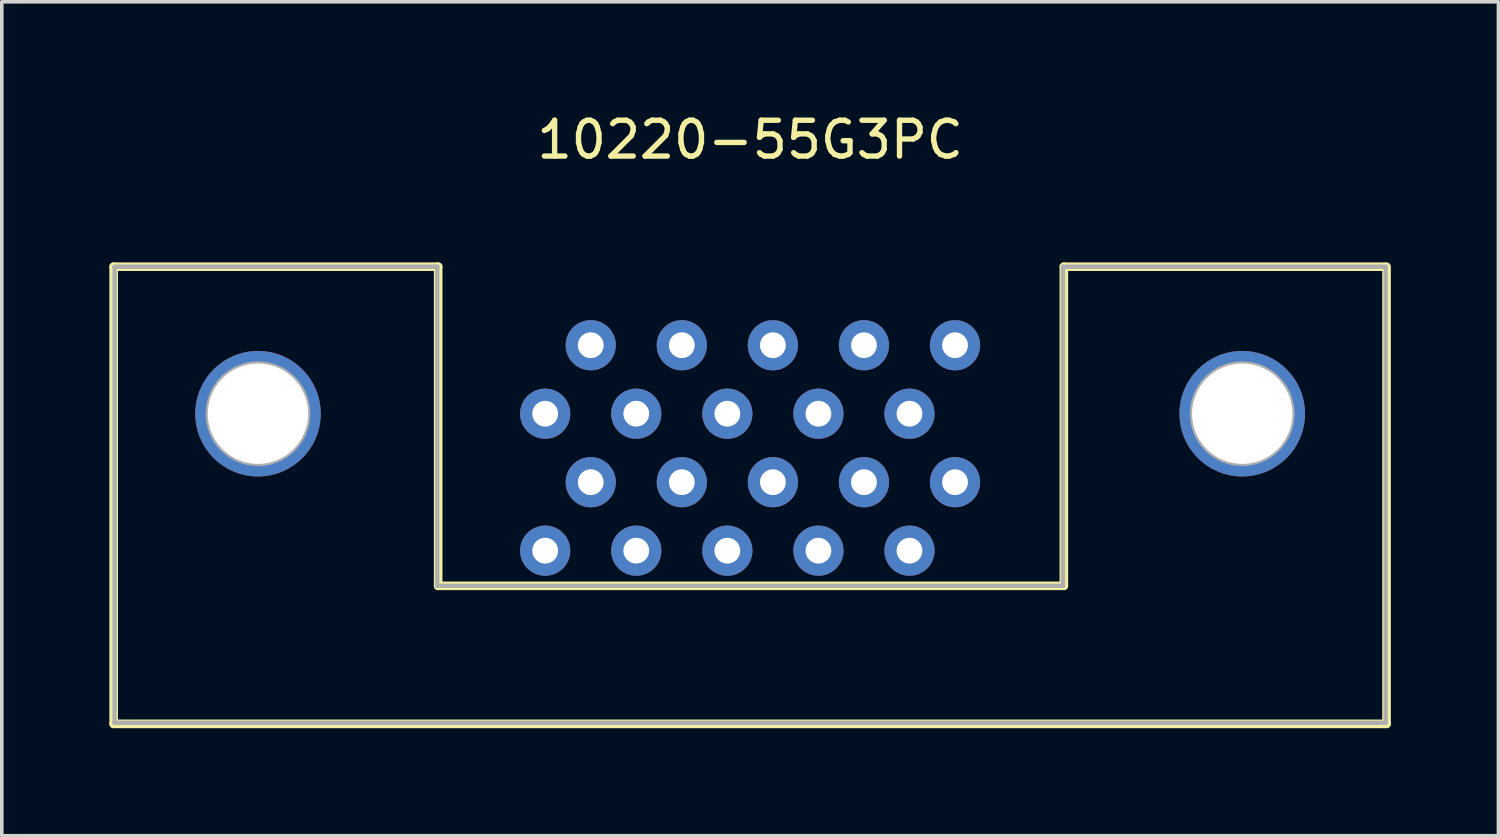
<source format=kicad_pcb>
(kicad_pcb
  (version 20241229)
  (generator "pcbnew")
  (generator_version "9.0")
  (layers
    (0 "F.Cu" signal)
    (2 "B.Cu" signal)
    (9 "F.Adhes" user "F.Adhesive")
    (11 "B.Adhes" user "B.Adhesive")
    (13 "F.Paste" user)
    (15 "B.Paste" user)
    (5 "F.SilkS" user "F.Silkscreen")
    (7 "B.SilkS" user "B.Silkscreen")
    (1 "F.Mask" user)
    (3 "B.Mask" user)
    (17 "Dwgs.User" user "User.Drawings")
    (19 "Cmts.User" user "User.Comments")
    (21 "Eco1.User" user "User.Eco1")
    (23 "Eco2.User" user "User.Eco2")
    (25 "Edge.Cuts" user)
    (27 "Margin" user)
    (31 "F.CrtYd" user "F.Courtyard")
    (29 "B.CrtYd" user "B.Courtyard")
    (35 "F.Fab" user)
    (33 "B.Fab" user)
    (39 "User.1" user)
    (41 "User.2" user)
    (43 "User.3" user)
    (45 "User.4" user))
  (footprint "10220-55G3PC"
    (layer "F.Cu")
    (at 17.87 8.488)
    (property "Reference" "10220-55G3PC" (at 0 -7.64 0) (layer "F.SilkS") (effects (font (size 1 1) (thickness 0.15))))
    (attr through_hole)
    (fp_line (start -17.75 -4.1) (end -8.7 -4.1) (stroke (width 0.24) (type solid)) (layer "F.SilkS"))
    (fp_line (start -17.75 8.65) (end -17.75 -4.1) (stroke (width 0.24) (type solid)) (layer "F.SilkS"))
    (fp_line (start -8.7 -4.1) (end -8.7 4.8) (stroke (width 0.24) (type solid)) (layer "F.SilkS"))
    (fp_line (start -8.7 4.8) (end 8.75 4.8) (stroke (width 0.24) (type solid)) (layer "F.SilkS"))
    (fp_line (start 8.75 -4.1) (end 17.7 -4.1) (stroke (width 0.24) (type solid)) (layer "F.SilkS"))
    (fp_line (start 8.75 4.8) (end 8.75 -4.1) (stroke (width 0.24) (type solid)) (layer "F.SilkS"))
    (fp_line (start 17.7 -4.1) (end 17.75 -4.1) (stroke (width 0.12) (type solid)) (layer "F.SilkS"))
    (fp_line (start 17.75 -4.1) (end 17.75 8.65) (stroke (width 0.24) (type solid)) (layer "F.SilkS"))
    (fp_line (start 17.75 8.65) (end -17.75 8.65) (stroke (width 0.24) (type solid)) (layer "F.SilkS"))
    (fp_line (start -17.725 -4.1) (end -17.725 8.62) (stroke (width 0.12) (type solid)) (layer "F.Fab"))
    (fp_line (start -17.725 -4.1) (end -8.725 -4.1) (stroke (width 0.12) (type solid)) (layer "F.Fab"))
    (fp_line (start -17.725 8.62) (end 17.725 8.62) (stroke (width 0.12) (type solid)) (layer "F.Fab"))
    (fp_line (start -8.725 -4.1) (end -8.725 4.8) (stroke (width 0.12) (type solid)) (layer "F.Fab"))
    (fp_line (start -8.725 4.8) (end 8.725 4.8) (stroke (width 0.12) (type solid)) (layer "F.Fab"))
    (fp_line (start 8.725 -4.1) (end 8.725 4.8) (stroke (width 0.12) (type solid)) (layer "F.Fab"))
    (fp_line (start 8.725 -4.1) (end 17.725 -4.1) (stroke (width 0.12) (type solid)) (layer "F.Fab"))
    (fp_line (start 17.725 -4.1) (end 17.725 8.62) (stroke (width 0.12) (type solid)) (layer "F.Fab"))
    (fp_circle (center -13.725 0) (end -12.325 0) (stroke (width 0.12) (type solid)) (fill no) (layer "F.Fab"))
    (fp_circle (center 13.725 0) (end 15.125 0) (stroke (width 0.12) (type solid)) (fill no) (layer "F.Fab"))
    (pad "1" thru_hole circle (at 5.715 -1.91) (size 1.4 1.4) (drill 0.72) (layers "*.Cu" "*.Mask"))
    (pad "2" thru_hole circle (at 4.445 0) (size 1.4 1.4) (drill 0.72) (layers "*.Cu" "*.Mask"))
    (pad "3" thru_hole circle (at 3.175 -1.91) (size 1.4 1.4) (drill 0.72) (layers "*.Cu" "*.Mask"))
    (pad "4" thru_hole circle (at 1.905 0) (size 1.4 1.4) (drill 0.72) (layers "*.Cu" "*.Mask"))
    (pad "5" thru_hole circle (at 0.635 -1.91) (size 1.4 1.4) (drill 0.72) (layers "*.Cu" "*.Mask"))
    (pad "6" thru_hole circle (at -0.635 0) (size 1.4 1.4) (drill 0.72) (layers "*.Cu" "*.Mask"))
    (pad "7" thru_hole circle (at -1.905 -1.91) (size 1.4 1.4) (drill 0.72) (layers "*.Cu" "*.Mask"))
    (pad "8" thru_hole circle (at -3.175 0) (size 1.4 1.4) (drill 0.72) (layers "*.Cu" "*.Mask"))
    (pad "9" thru_hole circle (at -4.445 -1.91) (size 1.4 1.4) (drill 0.72) (layers "*.Cu" "*.Mask"))
    (pad "10" thru_hole circle (at -5.715 0) (size 1.4 1.4) (drill 0.72) (layers "*.Cu" "*.Mask"))
    (pad "11" thru_hole circle (at 5.715 1.91) (size 1.4 1.4) (drill 0.72) (layers "*.Cu" "*.Mask"))
    (pad "12" thru_hole circle (at 4.445 3.82) (size 1.4 1.4) (drill 0.72) (layers "*.Cu" "*.Mask"))
    (pad "13" thru_hole circle (at 3.175 1.91) (size 1.4 1.4) (drill 0.72) (layers "*.Cu" "*.Mask"))
    (pad "14" thru_hole circle (at 1.905 3.82) (size 1.4 1.4) (drill 0.72) (layers "*.Cu" "*.Mask"))
    (pad "15" thru_hole circle (at 0.635 1.91) (size 1.4 1.4) (drill 0.72) (layers "*.Cu" "*.Mask"))
    (pad "16" thru_hole circle (at -0.635 3.82) (size 1.4 1.4) (drill 0.72) (layers "*.Cu" "*.Mask"))
    (pad "17" thru_hole circle (at -1.905 1.91) (size 1.4 1.4) (drill 0.72) (layers "*.Cu" "*.Mask"))
    (pad "18" thru_hole circle (at -3.175 3.82) (size 1.4 1.4) (drill 0.72) (layers "*.Cu" "*.Mask"))
    (pad "19" thru_hole circle (at -4.445 1.91) (size 1.4 1.4) (drill 0.72) (layers "*.Cu" "*.Mask"))
    (pad "20" thru_hole circle (at -5.715 3.82) (size 1.4 1.4) (drill 0.72) (layers "*.Cu" "*.Mask"))
    (pad "21" thru_hole circle (at -13.725 0) (size 3.5 3.5) (drill 2.8) (layers "*.Cu" "*.Mask"))
    (pad "21" thru_hole circle (at 13.725 0) (size 3.5 3.5) (drill 2.8) (layers "*.Cu" "*.Mask")))
  (gr_rect
    (start -3 -3)
    (end 38.74 20.258)
    (stroke (width 0.1) (type default))
    (fill no)
    (layer "Edge.Cuts")))
</source>
